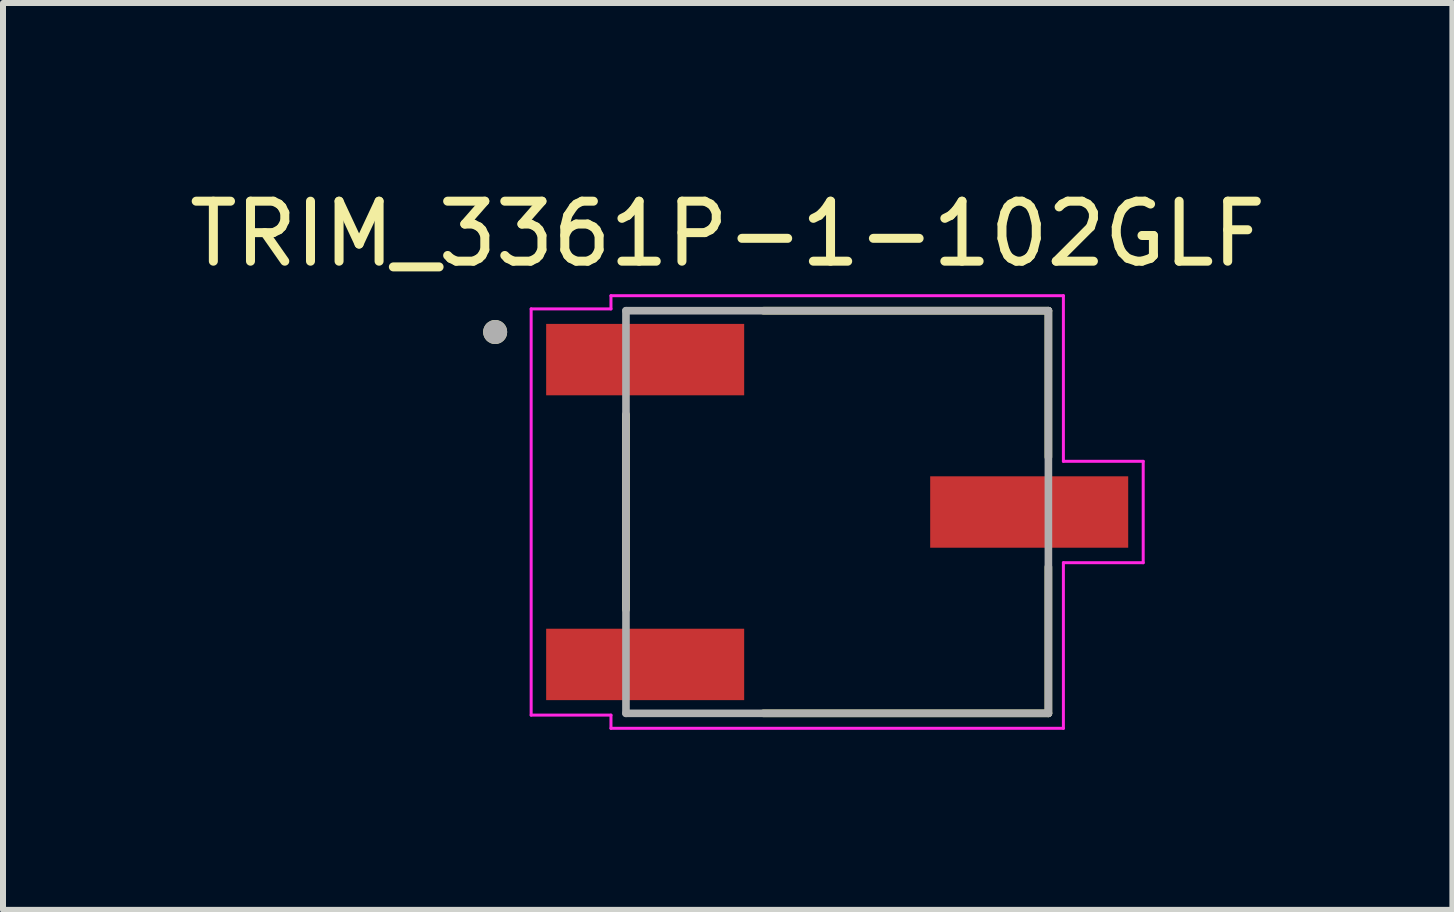
<source format=kicad_pcb>
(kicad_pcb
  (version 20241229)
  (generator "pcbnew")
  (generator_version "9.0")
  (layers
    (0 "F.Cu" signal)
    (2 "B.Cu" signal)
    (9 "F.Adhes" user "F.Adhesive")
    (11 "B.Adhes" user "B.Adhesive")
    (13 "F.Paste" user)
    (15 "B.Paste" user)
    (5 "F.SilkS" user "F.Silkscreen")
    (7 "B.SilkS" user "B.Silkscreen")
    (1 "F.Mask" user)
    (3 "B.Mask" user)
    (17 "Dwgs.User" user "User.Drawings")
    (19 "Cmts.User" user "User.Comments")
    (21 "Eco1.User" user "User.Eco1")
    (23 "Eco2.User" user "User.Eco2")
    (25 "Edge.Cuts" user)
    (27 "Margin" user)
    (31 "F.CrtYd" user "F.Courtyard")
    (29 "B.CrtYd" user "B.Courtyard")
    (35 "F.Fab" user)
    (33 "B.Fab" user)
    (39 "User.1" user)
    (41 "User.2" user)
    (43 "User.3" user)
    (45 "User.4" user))
  (footprint "TRIM_3361P-1-102GLF"
    (layer "F.Cu")
    (at 10.902 5.483)
    (property "Reference" "TRIM_3361P-1-102GLF" (at -1.825 -4.635 0) (layer "F.SilkS") (effects (font (size 1 1) (thickness 0.15))))
    (attr smd)
    (fp_line (start -3.52 -1.625) (end -3.52 1.625) (stroke (width 0.127) (type solid)) (layer "F.SilkS"))
    (fp_line (start 3.52 -3.355) (end -1.23 -3.355) (stroke (width 0.127) (type solid)) (layer "F.SilkS"))
    (fp_line (start 3.52 -0.915) (end 3.52 -3.355) (stroke (width 0.127) (type solid)) (layer "F.SilkS"))
    (fp_line (start 3.52 0.915) (end 3.52 3.355) (stroke (width 0.127) (type solid)) (layer "F.SilkS"))
    (fp_line (start 3.52 3.355) (end -1.23 3.355) (stroke (width 0.127) (type solid)) (layer "F.SilkS"))
    (fp_circle (center -5.7 -3) (end -5.6 -3) (stroke (width 0.2) (type solid)) (fill no) (layer "F.SilkS"))
    (fp_line (start -5.1 -3.385) (end -3.77 -3.385) (stroke (width 0.05) (type solid)) (layer "F.CrtYd"))
    (fp_line (start -5.1 3.385) (end -5.1 -3.385) (stroke (width 0.05) (type solid)) (layer "F.CrtYd"))
    (fp_line (start -3.77 -3.605) (end 3.77 -3.605) (stroke (width 0.05) (type solid)) (layer "F.CrtYd"))
    (fp_line (start -3.77 -3.385) (end -3.77 -3.605) (stroke (width 0.05) (type solid)) (layer "F.CrtYd"))
    (fp_line (start -3.77 3.385) (end -5.1 3.385) (stroke (width 0.05) (type solid)) (layer "F.CrtYd"))
    (fp_line (start -3.77 3.605) (end -3.77 3.385) (stroke (width 0.05) (type solid)) (layer "F.CrtYd"))
    (fp_line (start 3.77 -3.605) (end 3.77 -0.845) (stroke (width 0.05) (type solid)) (layer "F.CrtYd"))
    (fp_line (start 3.77 -0.845) (end 5.1 -0.845) (stroke (width 0.05) (type solid)) (layer "F.CrtYd"))
    (fp_line (start 3.77 0.845) (end 3.77 3.605) (stroke (width 0.05) (type solid)) (layer "F.CrtYd"))
    (fp_line (start 3.77 3.605) (end -3.77 3.605) (stroke (width 0.05) (type solid)) (layer "F.CrtYd"))
    (fp_line (start 5.1 -0.845) (end 5.1 0.845) (stroke (width 0.05) (type solid)) (layer "F.CrtYd"))
    (fp_line (start 5.1 0.845) (end 3.77 0.845) (stroke (width 0.05) (type solid)) (layer "F.CrtYd"))
    (fp_line (start -3.52 -3.355) (end -3.52 3.355) (stroke (width 0.127) (type solid)) (layer "F.Fab"))
    (fp_line (start -3.52 3.355) (end 3.52 3.355) (stroke (width 0.127) (type solid)) (layer "F.Fab"))
    (fp_line (start 3.52 -3.355) (end -3.52 -3.355) (stroke (width 0.127) (type solid)) (layer "F.Fab"))
    (fp_line (start 3.52 3.355) (end 3.52 -3.355) (stroke (width 0.127) (type solid)) (layer "F.Fab"))
    (fp_circle (center -5.7 -3) (end -5.6 -3) (stroke (width 0.2) (type solid)) (fill no) (layer "F.Fab"))
    (pad "1" smd rect (at -3.2 -2.54) (size 3.3 1.19) (layers "F.Cu" "F.Mask" "F.Paste"))
    (pad "2" smd rect (at 3.2 0) (size 3.3 1.19) (layers "F.Cu" "F.Mask" "F.Paste"))
    (pad "3" smd rect (at -3.2 2.54) (size 3.3 1.19) (layers "F.Cu" "F.Mask" "F.Paste")))
  (gr_rect
    (start -3 -3)
    (end 21.155 12.113)
    (stroke (width 0.1) (type default))
    (fill no)
    (layer "Edge.Cuts")))
</source>
